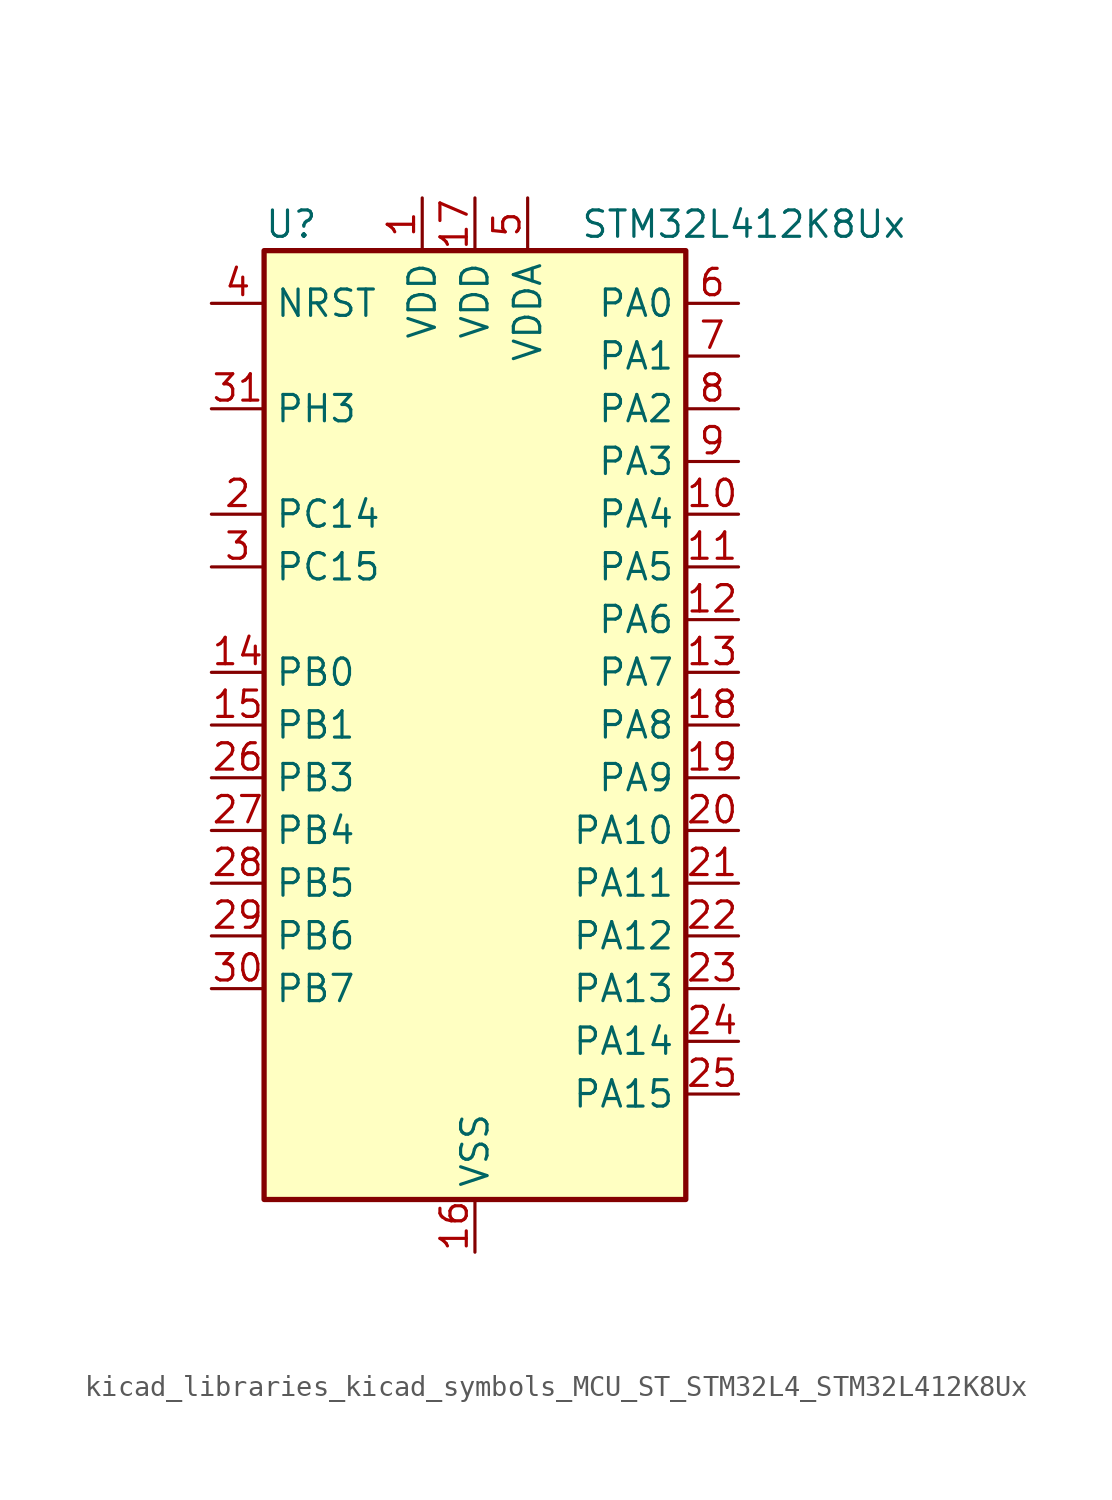
<source format=kicad_sym>
(kicad_symbol_lib
  (version 20220914)
  (generator kicad_symbol_editor)
  (symbol "kicad_libraries_kicad_symbols_MCU_ST_STM32L4_STM32L412K8Ux"
    (property "Reference" "U"
      (at -10.16 24.13 0)
      (effects (font (size 1.27 1.27)) (justify left)))
    (property "Value" "STM32L412K8Ux"
      (at 5.08 24.13 0)
      (effects (font (size 1.27 1.27)) (justify left)))
    (property "ki_locked" ""
      (at 0 0 0)
      (effects (font (size 1.27 1.27))))
    (symbol "kicad_libraries_kicad_symbols_MCU_ST_STM32L4_STM32L412K8Ux_0_1"
      (rectangle (start -10.16 -22.86) (end 10.16 22.86) (stroke (width 0.254) (type default)) (fill (type background))))
    (symbol "kicad_libraries_kicad_symbols_MCU_ST_STM32L4_STM32L412K8Ux_1_1"
      (pin power_in line (at -2.54 25.4 270) (length 2.54) (name "VDD" (effects (font (size 1.27 1.27)))) (number "1" (effects (font (size 1.27 1.27)))))
      (pin bidirectional line (at 12.7 10.16 180) (length 2.54) (name "PA4" (effects (font (size 1.27 1.27)))) (number "10" (effects (font (size 1.27 1.27)))) (alternate "ADC1_IN9" bidirectional line) (alternate "ADC2_IN9" bidirectional line) (alternate "COMP1_INM" bidirectional line) (alternate "LPTIM2_OUT" bidirectional line) (alternate "SPI1_NSS" bidirectional line) (alternate "USART2_CK" bidirectional line))
      (pin bidirectional line (at 12.7 7.62 180) (length 2.54) (name "PA5" (effects (font (size 1.27 1.27)))) (number "11" (effects (font (size 1.27 1.27)))) (alternate "ADC1_IN10" bidirectional line) (alternate "ADC2_IN10" bidirectional line) (alternate "COMP1_INM" bidirectional line) (alternate "LPTIM2_ETR" bidirectional line) (alternate "SPI1_SCK" bidirectional line) (alternate "TIM2_CH1" bidirectional line) (alternate "TIM2_ETR" bidirectional line))
      (pin bidirectional line (at 12.7 5.08 180) (length 2.54) (name "PA6" (effects (font (size 1.27 1.27)))) (number "12" (effects (font (size 1.27 1.27)))) (alternate "ADC1_IN11" bidirectional line) (alternate "ADC2_IN11" bidirectional line) (alternate "COMP1_OUT" bidirectional line) (alternate "LPUART1_CTS" bidirectional line) (alternate "QUADSPI_BK1_IO3" bidirectional line) (alternate "SPI1_MISO" bidirectional line) (alternate "TIM16_CH1" bidirectional line) (alternate "TIM1_BKIN" bidirectional line))
      (pin bidirectional line (at 12.7 2.54 180) (length 2.54) (name "PA7" (effects (font (size 1.27 1.27)))) (number "13" (effects (font (size 1.27 1.27)))) (alternate "ADC1_IN12" bidirectional line) (alternate "ADC2_IN12" bidirectional line) (alternate "I2C3_SCL" bidirectional line) (alternate "QUADSPI_BK1_IO2" bidirectional line) (alternate "SPI1_MOSI" bidirectional line) (alternate "TIM1_CH1N" bidirectional line))
      (pin bidirectional line (at -12.7 2.54 0) (length 2.54) (name "PB0" (effects (font (size 1.27 1.27)))) (number "14" (effects (font (size 1.27 1.27)))) (alternate "ADC1_IN15" bidirectional line) (alternate "ADC2_IN15" bidirectional line) (alternate "COMP1_OUT" bidirectional line) (alternate "QUADSPI_BK1_IO1" bidirectional line) (alternate "SPI1_NSS" bidirectional line) (alternate "SYS_TRACED0" bidirectional line) (alternate "TIM1_CH2N" bidirectional line))
      (pin bidirectional line (at -12.7 0 0) (length 2.54) (name "PB1" (effects (font (size 1.27 1.27)))) (number "15" (effects (font (size 1.27 1.27)))) (alternate "ADC1_IN16" bidirectional line) (alternate "ADC2_IN16" bidirectional line) (alternate "COMP1_INM" bidirectional line) (alternate "LPTIM2_IN1" bidirectional line) (alternate "LPUART1_DE" bidirectional line) (alternate "LPUART1_RTS" bidirectional line) (alternate "QUADSPI_BK1_IO0" bidirectional line) (alternate "SYS_TRACED1" bidirectional line) (alternate "TIM1_CH3N" bidirectional line))
      (pin power_in line (at 0 -25.4 90) (length 2.54) (name "VSS" (effects (font (size 1.27 1.27)))) (number "16" (effects (font (size 1.27 1.27)))))
      (pin power_in line (at 0 25.4 270) (length 2.54) (name "VDD" (effects (font (size 1.27 1.27)))) (number "17" (effects (font (size 1.27 1.27)))))
      (pin bidirectional line (at 12.7 0 180) (length 2.54) (name "PA8" (effects (font (size 1.27 1.27)))) (number "18" (effects (font (size 1.27 1.27)))) (alternate "LPTIM2_OUT" bidirectional line) (alternate "RCC_MCO" bidirectional line) (alternate "TIM1_CH1" bidirectional line) (alternate "USART1_CK" bidirectional line))
      (pin bidirectional line (at 12.7 -2.54 180) (length 2.54) (name "PA9" (effects (font (size 1.27 1.27)))) (number "19" (effects (font (size 1.27 1.27)))) (alternate "I2C1_SCL" bidirectional line) (alternate "TIM15_BKIN" bidirectional line) (alternate "TIM1_CH2" bidirectional line) (alternate "USART1_TX" bidirectional line))
      (pin bidirectional line (at -12.7 10.16 0) (length 2.54) (name "PC14" (effects (font (size 1.27 1.27)))) (number "2" (effects (font (size 1.27 1.27)))) (alternate "RCC_OSC32_IN" bidirectional line))
      (pin bidirectional line (at 12.7 -5.08 180) (length 2.54) (name "PA10" (effects (font (size 1.27 1.27)))) (number "20" (effects (font (size 1.27 1.27)))) (alternate "CRS_SYNC" bidirectional line) (alternate "I2C1_SDA" bidirectional line) (alternate "TIM1_CH3" bidirectional line) (alternate "USART1_RX" bidirectional line))
      (pin bidirectional line (at 12.7 -7.62 180) (length 2.54) (name "PA11" (effects (font (size 1.27 1.27)))) (number "21" (effects (font (size 1.27 1.27)))) (alternate "ADC1_EXTI11" bidirectional line) (alternate "ADC2_EXTI11" bidirectional line) (alternate "COMP1_OUT" bidirectional line) (alternate "SPI1_MISO" bidirectional line) (alternate "TIM1_BKIN2" bidirectional line) (alternate "TIM1_BKIN2_COMP1" bidirectional line) (alternate "TIM1_CH4" bidirectional line) (alternate "USART1_CTS" bidirectional line) (alternate "USB_DM" bidirectional line))
      (pin bidirectional line (at 12.7 -10.16 180) (length 2.54) (name "PA12" (effects (font (size 1.27 1.27)))) (number "22" (effects (font (size 1.27 1.27)))) (alternate "SPI1_MOSI" bidirectional line) (alternate "TIM1_ETR" bidirectional line) (alternate "USART1_DE" bidirectional line) (alternate "USART1_RTS" bidirectional line) (alternate "USB_DP" bidirectional line))
      (pin bidirectional line (at 12.7 -12.7 180) (length 2.54) (name "PA13" (effects (font (size 1.27 1.27)))) (number "23" (effects (font (size 1.27 1.27)))) (alternate "IR_OUT" bidirectional line) (alternate "SYS_JTMS-SWDIO" bidirectional line) (alternate "USB_NOE" bidirectional line))
      (pin bidirectional line (at 12.7 -15.24 180) (length 2.54) (name "PA14" (effects (font (size 1.27 1.27)))) (number "24" (effects (font (size 1.27 1.27)))) (alternate "I2C1_SMBA" bidirectional line) (alternate "LPTIM1_OUT" bidirectional line) (alternate "SYS_JTCK-SWCLK" bidirectional line))
      (pin bidirectional line (at 12.7 -17.78 180) (length 2.54) (name "PA15" (effects (font (size 1.27 1.27)))) (number "25" (effects (font (size 1.27 1.27)))) (alternate "ADC1_EXTI15" bidirectional line) (alternate "ADC2_EXTI15" bidirectional line) (alternate "SPI1_NSS" bidirectional line) (alternate "SYS_JTDI" bidirectional line) (alternate "TIM2_CH1" bidirectional line) (alternate "TIM2_ETR" bidirectional line) (alternate "USART2_RX" bidirectional line))
      (pin bidirectional line (at -12.7 -2.54 0) (length 2.54) (name "PB3" (effects (font (size 1.27 1.27)))) (number "26" (effects (font (size 1.27 1.27)))) (alternate "SPI1_SCK" bidirectional line) (alternate "SYS_JTDO-SWO" bidirectional line) (alternate "TIM2_CH2" bidirectional line) (alternate "USART1_DE" bidirectional line) (alternate "USART1_RTS" bidirectional line))
      (pin bidirectional line (at -12.7 -5.08 0) (length 2.54) (name "PB4" (effects (font (size 1.27 1.27)))) (number "27" (effects (font (size 1.27 1.27)))) (alternate "I2C3_SDA" bidirectional line) (alternate "SPI1_MISO" bidirectional line) (alternate "SYS_JTRST" bidirectional line) (alternate "TSC_G2_IO1" bidirectional line) (alternate "USART1_CTS" bidirectional line))
      (pin bidirectional line (at -12.7 -7.62 0) (length 2.54) (name "PB5" (effects (font (size 1.27 1.27)))) (number "28" (effects (font (size 1.27 1.27)))) (alternate "I2C1_SMBA" bidirectional line) (alternate "LPTIM1_IN1" bidirectional line) (alternate "SPI1_MOSI" bidirectional line) (alternate "SYS_TRACED2" bidirectional line) (alternate "TIM16_BKIN" bidirectional line) (alternate "TSC_G2_IO2" bidirectional line) (alternate "USART1_CK" bidirectional line))
      (pin bidirectional line (at -12.7 -10.16 0) (length 2.54) (name "PB6" (effects (font (size 1.27 1.27)))) (number "29" (effects (font (size 1.27 1.27)))) (alternate "I2C1_SCL" bidirectional line) (alternate "LPTIM1_ETR" bidirectional line) (alternate "SYS_TRACED3" bidirectional line) (alternate "TIM16_CH1N" bidirectional line) (alternate "TSC_G2_IO3" bidirectional line) (alternate "USART1_TX" bidirectional line))
      (pin bidirectional line (at -12.7 7.62 0) (length 2.54) (name "PC15" (effects (font (size 1.27 1.27)))) (number "3" (effects (font (size 1.27 1.27)))) (alternate "ADC1_EXTI15" bidirectional line) (alternate "ADC2_EXTI15" bidirectional line) (alternate "RCC_OSC32_OUT" bidirectional line))
      (pin bidirectional line (at -12.7 -12.7 0) (length 2.54) (name "PB7" (effects (font (size 1.27 1.27)))) (number "30" (effects (font (size 1.27 1.27)))) (alternate "I2C1_SDA" bidirectional line) (alternate "LPTIM1_IN2" bidirectional line) (alternate "SYS_PVD_IN" bidirectional line) (alternate "SYS_TRACECLK" bidirectional line) (alternate "TSC_G2_IO4" bidirectional line) (alternate "USART1_RX" bidirectional line))
      (pin bidirectional line (at -12.7 15.24 0) (length 2.54) (name "PH3" (effects (font (size 1.27 1.27)))) (number "31" (effects (font (size 1.27 1.27)))))
      (pin passive line (at 0 -25.4 90) (length 2.54) hide (name "VSS" (effects (font (size 1.27 1.27)))) (number "32" (effects (font (size 1.27 1.27)))))
      (pin passive line (at 0 -25.4 90) (length 2.54) hide (name "VSS" (effects (font (size 1.27 1.27)))) (number "33" (effects (font (size 1.27 1.27)))))
      (pin input line (at -12.7 20.32 0) (length 2.54) (name "NRST" (effects (font (size 1.27 1.27)))) (number "4" (effects (font (size 1.27 1.27)))))
      (pin power_in line (at 2.54 25.4 270) (length 2.54) (name "VDDA" (effects (font (size 1.27 1.27)))) (number "5" (effects (font (size 1.27 1.27)))))
      (pin bidirectional line (at 12.7 20.32 180) (length 2.54) (name "PA0" (effects (font (size 1.27 1.27)))) (number "6" (effects (font (size 1.27 1.27)))) (alternate "ADC1_IN5" bidirectional line) (alternate "COMP1_INM" bidirectional line) (alternate "COMP1_OUT" bidirectional line) (alternate "OPAMP1_VINP" bidirectional line) (alternate "RCC_CK_IN" bidirectional line) (alternate "RTC_TAMP2" bidirectional line) (alternate "SYS_WKUP1" bidirectional line) (alternate "TIM2_CH1" bidirectional line) (alternate "TIM2_ETR" bidirectional line) (alternate "USART2_CTS" bidirectional line))
      (pin bidirectional line (at 12.7 17.78 180) (length 2.54) (name "PA1" (effects (font (size 1.27 1.27)))) (number "7" (effects (font (size 1.27 1.27)))) (alternate "ADC1_IN6" bidirectional line) (alternate "COMP1_INP" bidirectional line) (alternate "I2C1_SMBA" bidirectional line) (alternate "OPAMP1_VINM" bidirectional line) (alternate "SPI1_SCK" bidirectional line) (alternate "TIM15_CH1N" bidirectional line) (alternate "TIM2_CH2" bidirectional line) (alternate "USART2_DE" bidirectional line) (alternate "USART2_RTS" bidirectional line))
      (pin bidirectional line (at 12.7 15.24 180) (length 2.54) (name "PA2" (effects (font (size 1.27 1.27)))) (number "8" (effects (font (size 1.27 1.27)))) (alternate "ADC1_IN7" bidirectional line) (alternate "ADC2_IN7" bidirectional line) (alternate "LPUART1_TX" bidirectional line) (alternate "QUADSPI_BK1_NCS" bidirectional line) (alternate "RCC_LSCO" bidirectional line) (alternate "SYS_WKUP4" bidirectional line) (alternate "TIM15_CH1" bidirectional line) (alternate "TIM2_CH3" bidirectional line) (alternate "USART2_TX" bidirectional line))
      (pin bidirectional line (at 12.7 12.7 180) (length 2.54) (name "PA3" (effects (font (size 1.27 1.27)))) (number "9" (effects (font (size 1.27 1.27)))) (alternate "ADC1_IN8" bidirectional line) (alternate "ADC2_IN8" bidirectional line) (alternate "LPUART1_RX" bidirectional line) (alternate "OPAMP1_VOUT" bidirectional line) (alternate "QUADSPI_CLK" bidirectional line) (alternate "TIM15_CH2" bidirectional line) (alternate "TIM2_CH4" bidirectional line) (alternate "USART2_RX" bidirectional line)))))
</source>
